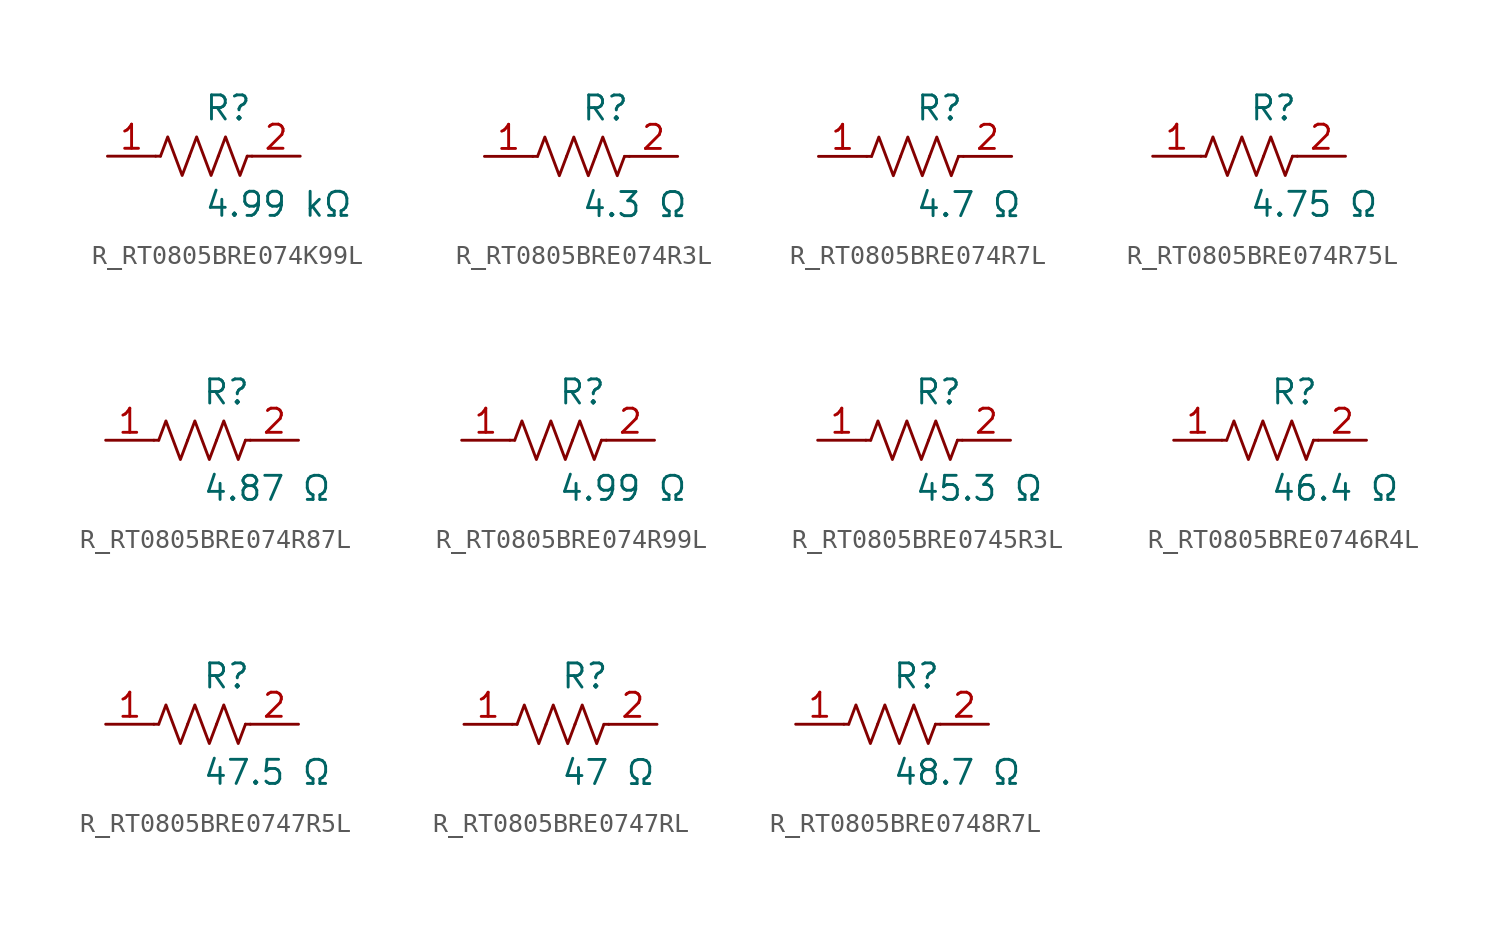
<source format=kicad_sym>
(kicad_symbol_lib
  (version 20231120)
  (generator kicad_symbol_editor)
  (generator_version 8.0)
  (symbol "R_RT0805BRE074K99L"
    (pin_names
      (offset 0.254))
    (property "Reference" "R"
      (at 0.0 2.54 0)
      (effects (font (size 1.27 1.27)) (justify left)))
    (property "Value" "4.99 kΩ"
      (at 0.0 -2.54 0)
      (effects (font (size 1.27 1.27)) (justify left)))
    (symbol "R_RT0805BRE074K99L_0_1"
      (polyline (pts (xy 2.286 0) (xy 2.54 0)) (stroke (width 0) (type default)) (fill (type none)))
      (polyline (pts (xy -2.286 0) (xy -2.54 0)) (stroke (width 0) (type default)) (fill (type none)))
      (polyline (pts (xy 0.762 0) (xy 1.143 1.016) (xy 1.524 0) (xy 1.905 -1.016) (xy 2.286 0)) (stroke (width 0) (type default)) (fill (type none)))
      (polyline (pts (xy -0.762 0) (xy -0.381 1.016) (xy 0 0) (xy 0.381 -1.016) (xy 0.762 0)) (stroke (width 0) (type default)) (fill (type none)))
      (polyline (pts (xy -2.286 0) (xy -1.905 1.016) (xy -1.524 0) (xy -1.143 -1.016) (xy -0.762 0)) (stroke (width 0) (type default)) (fill (type none))))
    (pin unspecified line
      (at -5.08 0 0)
      (length 2.54)
      (name "" (effects (font (size 1.27 1.27))))
      (number "1" (effects (font (size 1.27 1.27)))))
    (pin unspecified line
      (at 5.08 0 180)
      (length 2.54)
      (name "" (effects (font (size 1.27 1.27))))
      (number "2" (effects (font (size 1.27 1.27))))))
  (symbol "R_RT0805BRE074R3L"
    (pin_names
      (offset 0.254))
    (property "Reference" "R"
      (at 0.0 2.54 0)
      (effects (font (size 1.27 1.27)) (justify left)))
    (property "Value" "4.3 Ω"
      (at 0.0 -2.54 0)
      (effects (font (size 1.27 1.27)) (justify left)))
    (symbol "R_RT0805BRE074R3L_0_1"
      (polyline (pts (xy 2.286 0) (xy 2.54 0)) (stroke (width 0) (type default)) (fill (type none)))
      (polyline (pts (xy -2.286 0) (xy -2.54 0)) (stroke (width 0) (type default)) (fill (type none)))
      (polyline (pts (xy 0.762 0) (xy 1.143 1.016) (xy 1.524 0) (xy 1.905 -1.016) (xy 2.286 0)) (stroke (width 0) (type default)) (fill (type none)))
      (polyline (pts (xy -0.762 0) (xy -0.381 1.016) (xy 0 0) (xy 0.381 -1.016) (xy 0.762 0)) (stroke (width 0) (type default)) (fill (type none)))
      (polyline (pts (xy -2.286 0) (xy -1.905 1.016) (xy -1.524 0) (xy -1.143 -1.016) (xy -0.762 0)) (stroke (width 0) (type default)) (fill (type none))))
    (pin unspecified line
      (at -5.08 0 0)
      (length 2.54)
      (name "" (effects (font (size 1.27 1.27))))
      (number "1" (effects (font (size 1.27 1.27)))))
    (pin unspecified line
      (at 5.08 0 180)
      (length 2.54)
      (name "" (effects (font (size 1.27 1.27))))
      (number "2" (effects (font (size 1.27 1.27))))))
  (symbol "R_RT0805BRE074R7L"
    (pin_names
      (offset 0.254))
    (property "Reference" "R"
      (at 0.0 2.54 0)
      (effects (font (size 1.27 1.27)) (justify left)))
    (property "Value" "4.7 Ω"
      (at 0.0 -2.54 0)
      (effects (font (size 1.27 1.27)) (justify left)))
    (symbol "R_RT0805BRE074R7L_0_1"
      (polyline (pts (xy 2.286 0) (xy 2.54 0)) (stroke (width 0) (type default)) (fill (type none)))
      (polyline (pts (xy -2.286 0) (xy -2.54 0)) (stroke (width 0) (type default)) (fill (type none)))
      (polyline (pts (xy 0.762 0) (xy 1.143 1.016) (xy 1.524 0) (xy 1.905 -1.016) (xy 2.286 0)) (stroke (width 0) (type default)) (fill (type none)))
      (polyline (pts (xy -0.762 0) (xy -0.381 1.016) (xy 0 0) (xy 0.381 -1.016) (xy 0.762 0)) (stroke (width 0) (type default)) (fill (type none)))
      (polyline (pts (xy -2.286 0) (xy -1.905 1.016) (xy -1.524 0) (xy -1.143 -1.016) (xy -0.762 0)) (stroke (width 0) (type default)) (fill (type none))))
    (pin unspecified line
      (at -5.08 0 0)
      (length 2.54)
      (name "" (effects (font (size 1.27 1.27))))
      (number "1" (effects (font (size 1.27 1.27)))))
    (pin unspecified line
      (at 5.08 0 180)
      (length 2.54)
      (name "" (effects (font (size 1.27 1.27))))
      (number "2" (effects (font (size 1.27 1.27))))))
  (symbol "R_RT0805BRE074R75L"
    (pin_names
      (offset 0.254))
    (property "Reference" "R"
      (at 0.0 2.54 0)
      (effects (font (size 1.27 1.27)) (justify left)))
    (property "Value" "4.75 Ω"
      (at 0.0 -2.54 0)
      (effects (font (size 1.27 1.27)) (justify left)))
    (symbol "R_RT0805BRE074R75L_0_1"
      (polyline (pts (xy 2.286 0) (xy 2.54 0)) (stroke (width 0) (type default)) (fill (type none)))
      (polyline (pts (xy -2.286 0) (xy -2.54 0)) (stroke (width 0) (type default)) (fill (type none)))
      (polyline (pts (xy 0.762 0) (xy 1.143 1.016) (xy 1.524 0) (xy 1.905 -1.016) (xy 2.286 0)) (stroke (width 0) (type default)) (fill (type none)))
      (polyline (pts (xy -0.762 0) (xy -0.381 1.016) (xy 0 0) (xy 0.381 -1.016) (xy 0.762 0)) (stroke (width 0) (type default)) (fill (type none)))
      (polyline (pts (xy -2.286 0) (xy -1.905 1.016) (xy -1.524 0) (xy -1.143 -1.016) (xy -0.762 0)) (stroke (width 0) (type default)) (fill (type none))))
    (pin unspecified line
      (at -5.08 0 0)
      (length 2.54)
      (name "" (effects (font (size 1.27 1.27))))
      (number "1" (effects (font (size 1.27 1.27)))))
    (pin unspecified line
      (at 5.08 0 180)
      (length 2.54)
      (name "" (effects (font (size 1.27 1.27))))
      (number "2" (effects (font (size 1.27 1.27))))))
  (symbol "R_RT0805BRE074R87L"
    (pin_names
      (offset 0.254))
    (property "Reference" "R"
      (at 0.0 2.54 0)
      (effects (font (size 1.27 1.27)) (justify left)))
    (property "Value" "4.87 Ω"
      (at 0.0 -2.54 0)
      (effects (font (size 1.27 1.27)) (justify left)))
    (symbol "R_RT0805BRE074R87L_0_1"
      (polyline (pts (xy 2.286 0) (xy 2.54 0)) (stroke (width 0) (type default)) (fill (type none)))
      (polyline (pts (xy -2.286 0) (xy -2.54 0)) (stroke (width 0) (type default)) (fill (type none)))
      (polyline (pts (xy 0.762 0) (xy 1.143 1.016) (xy 1.524 0) (xy 1.905 -1.016) (xy 2.286 0)) (stroke (width 0) (type default)) (fill (type none)))
      (polyline (pts (xy -0.762 0) (xy -0.381 1.016) (xy 0 0) (xy 0.381 -1.016) (xy 0.762 0)) (stroke (width 0) (type default)) (fill (type none)))
      (polyline (pts (xy -2.286 0) (xy -1.905 1.016) (xy -1.524 0) (xy -1.143 -1.016) (xy -0.762 0)) (stroke (width 0) (type default)) (fill (type none))))
    (pin unspecified line
      (at -5.08 0 0)
      (length 2.54)
      (name "" (effects (font (size 1.27 1.27))))
      (number "1" (effects (font (size 1.27 1.27)))))
    (pin unspecified line
      (at 5.08 0 180)
      (length 2.54)
      (name "" (effects (font (size 1.27 1.27))))
      (number "2" (effects (font (size 1.27 1.27))))))
  (symbol "R_RT0805BRE074R99L"
    (pin_names
      (offset 0.254))
    (property "Reference" "R"
      (at 0.0 2.54 0)
      (effects (font (size 1.27 1.27)) (justify left)))
    (property "Value" "4.99 Ω"
      (at 0.0 -2.54 0)
      (effects (font (size 1.27 1.27)) (justify left)))
    (symbol "R_RT0805BRE074R99L_0_1"
      (polyline (pts (xy 2.286 0) (xy 2.54 0)) (stroke (width 0) (type default)) (fill (type none)))
      (polyline (pts (xy -2.286 0) (xy -2.54 0)) (stroke (width 0) (type default)) (fill (type none)))
      (polyline (pts (xy 0.762 0) (xy 1.143 1.016) (xy 1.524 0) (xy 1.905 -1.016) (xy 2.286 0)) (stroke (width 0) (type default)) (fill (type none)))
      (polyline (pts (xy -0.762 0) (xy -0.381 1.016) (xy 0 0) (xy 0.381 -1.016) (xy 0.762 0)) (stroke (width 0) (type default)) (fill (type none)))
      (polyline (pts (xy -2.286 0) (xy -1.905 1.016) (xy -1.524 0) (xy -1.143 -1.016) (xy -0.762 0)) (stroke (width 0) (type default)) (fill (type none))))
    (pin unspecified line
      (at -5.08 0 0)
      (length 2.54)
      (name "" (effects (font (size 1.27 1.27))))
      (number "1" (effects (font (size 1.27 1.27)))))
    (pin unspecified line
      (at 5.08 0 180)
      (length 2.54)
      (name "" (effects (font (size 1.27 1.27))))
      (number "2" (effects (font (size 1.27 1.27))))))
  (symbol "R_RT0805BRE0745R3L"
    (pin_names
      (offset 0.254))
    (property "Reference" "R"
      (at 0.0 2.54 0)
      (effects (font (size 1.27 1.27)) (justify left)))
    (property "Value" "45.3 Ω"
      (at 0.0 -2.54 0)
      (effects (font (size 1.27 1.27)) (justify left)))
    (symbol "R_RT0805BRE0745R3L_0_1"
      (polyline (pts (xy 2.286 0) (xy 2.54 0)) (stroke (width 0) (type default)) (fill (type none)))
      (polyline (pts (xy -2.286 0) (xy -2.54 0)) (stroke (width 0) (type default)) (fill (type none)))
      (polyline (pts (xy 0.762 0) (xy 1.143 1.016) (xy 1.524 0) (xy 1.905 -1.016) (xy 2.286 0)) (stroke (width 0) (type default)) (fill (type none)))
      (polyline (pts (xy -0.762 0) (xy -0.381 1.016) (xy 0 0) (xy 0.381 -1.016) (xy 0.762 0)) (stroke (width 0) (type default)) (fill (type none)))
      (polyline (pts (xy -2.286 0) (xy -1.905 1.016) (xy -1.524 0) (xy -1.143 -1.016) (xy -0.762 0)) (stroke (width 0) (type default)) (fill (type none))))
    (pin unspecified line
      (at -5.08 0 0)
      (length 2.54)
      (name "" (effects (font (size 1.27 1.27))))
      (number "1" (effects (font (size 1.27 1.27)))))
    (pin unspecified line
      (at 5.08 0 180)
      (length 2.54)
      (name "" (effects (font (size 1.27 1.27))))
      (number "2" (effects (font (size 1.27 1.27))))))
  (symbol "R_RT0805BRE0746R4L"
    (pin_names
      (offset 0.254))
    (property "Reference" "R"
      (at 0.0 2.54 0)
      (effects (font (size 1.27 1.27)) (justify left)))
    (property "Value" "46.4 Ω"
      (at 0.0 -2.54 0)
      (effects (font (size 1.27 1.27)) (justify left)))
    (symbol "R_RT0805BRE0746R4L_0_1"
      (polyline (pts (xy 2.286 0) (xy 2.54 0)) (stroke (width 0) (type default)) (fill (type none)))
      (polyline (pts (xy -2.286 0) (xy -2.54 0)) (stroke (width 0) (type default)) (fill (type none)))
      (polyline (pts (xy 0.762 0) (xy 1.143 1.016) (xy 1.524 0) (xy 1.905 -1.016) (xy 2.286 0)) (stroke (width 0) (type default)) (fill (type none)))
      (polyline (pts (xy -0.762 0) (xy -0.381 1.016) (xy 0 0) (xy 0.381 -1.016) (xy 0.762 0)) (stroke (width 0) (type default)) (fill (type none)))
      (polyline (pts (xy -2.286 0) (xy -1.905 1.016) (xy -1.524 0) (xy -1.143 -1.016) (xy -0.762 0)) (stroke (width 0) (type default)) (fill (type none))))
    (pin unspecified line
      (at -5.08 0 0)
      (length 2.54)
      (name "" (effects (font (size 1.27 1.27))))
      (number "1" (effects (font (size 1.27 1.27)))))
    (pin unspecified line
      (at 5.08 0 180)
      (length 2.54)
      (name "" (effects (font (size 1.27 1.27))))
      (number "2" (effects (font (size 1.27 1.27))))))
  (symbol "R_RT0805BRE0747R5L"
    (pin_names
      (offset 0.254))
    (property "Reference" "R"
      (at 0.0 2.54 0)
      (effects (font (size 1.27 1.27)) (justify left)))
    (property "Value" "47.5 Ω"
      (at 0.0 -2.54 0)
      (effects (font (size 1.27 1.27)) (justify left)))
    (symbol "R_RT0805BRE0747R5L_0_1"
      (polyline (pts (xy 2.286 0) (xy 2.54 0)) (stroke (width 0) (type default)) (fill (type none)))
      (polyline (pts (xy -2.286 0) (xy -2.54 0)) (stroke (width 0) (type default)) (fill (type none)))
      (polyline (pts (xy 0.762 0) (xy 1.143 1.016) (xy 1.524 0) (xy 1.905 -1.016) (xy 2.286 0)) (stroke (width 0) (type default)) (fill (type none)))
      (polyline (pts (xy -0.762 0) (xy -0.381 1.016) (xy 0 0) (xy 0.381 -1.016) (xy 0.762 0)) (stroke (width 0) (type default)) (fill (type none)))
      (polyline (pts (xy -2.286 0) (xy -1.905 1.016) (xy -1.524 0) (xy -1.143 -1.016) (xy -0.762 0)) (stroke (width 0) (type default)) (fill (type none))))
    (pin unspecified line
      (at -5.08 0 0)
      (length 2.54)
      (name "" (effects (font (size 1.27 1.27))))
      (number "1" (effects (font (size 1.27 1.27)))))
    (pin unspecified line
      (at 5.08 0 180)
      (length 2.54)
      (name "" (effects (font (size 1.27 1.27))))
      (number "2" (effects (font (size 1.27 1.27))))))
  (symbol "R_RT0805BRE0747RL"
    (pin_names
      (offset 0.254))
    (property "Reference" "R"
      (at 0.0 2.54 0)
      (effects (font (size 1.27 1.27)) (justify left)))
    (property "Value" "47 Ω"
      (at 0.0 -2.54 0)
      (effects (font (size 1.27 1.27)) (justify left)))
    (symbol "R_RT0805BRE0747RL_0_1"
      (polyline (pts (xy 2.286 0) (xy 2.54 0)) (stroke (width 0) (type default)) (fill (type none)))
      (polyline (pts (xy -2.286 0) (xy -2.54 0)) (stroke (width 0) (type default)) (fill (type none)))
      (polyline (pts (xy 0.762 0) (xy 1.143 1.016) (xy 1.524 0) (xy 1.905 -1.016) (xy 2.286 0)) (stroke (width 0) (type default)) (fill (type none)))
      (polyline (pts (xy -0.762 0) (xy -0.381 1.016) (xy 0 0) (xy 0.381 -1.016) (xy 0.762 0)) (stroke (width 0) (type default)) (fill (type none)))
      (polyline (pts (xy -2.286 0) (xy -1.905 1.016) (xy -1.524 0) (xy -1.143 -1.016) (xy -0.762 0)) (stroke (width 0) (type default)) (fill (type none))))
    (pin unspecified line
      (at -5.08 0 0)
      (length 2.54)
      (name "" (effects (font (size 1.27 1.27))))
      (number "1" (effects (font (size 1.27 1.27)))))
    (pin unspecified line
      (at 5.08 0 180)
      (length 2.54)
      (name "" (effects (font (size 1.27 1.27))))
      (number "2" (effects (font (size 1.27 1.27))))))
  (symbol "R_RT0805BRE0748R7L"
    (pin_names
      (offset 0.254))
    (property "Reference" "R"
      (at 0.0 2.54 0)
      (effects (font (size 1.27 1.27)) (justify left)))
    (property "Value" "48.7 Ω"
      (at 0.0 -2.54 0)
      (effects (font (size 1.27 1.27)) (justify left)))
    (symbol "R_RT0805BRE0748R7L_0_1"
      (polyline (pts (xy 2.286 0) (xy 2.54 0)) (stroke (width 0) (type default)) (fill (type none)))
      (polyline (pts (xy -2.286 0) (xy -2.54 0)) (stroke (width 0) (type default)) (fill (type none)))
      (polyline (pts (xy 0.762 0) (xy 1.143 1.016) (xy 1.524 0) (xy 1.905 -1.016) (xy 2.286 0)) (stroke (width 0) (type default)) (fill (type none)))
      (polyline (pts (xy -0.762 0) (xy -0.381 1.016) (xy 0 0) (xy 0.381 -1.016) (xy 0.762 0)) (stroke (width 0) (type default)) (fill (type none)))
      (polyline (pts (xy -2.286 0) (xy -1.905 1.016) (xy -1.524 0) (xy -1.143 -1.016) (xy -0.762 0)) (stroke (width 0) (type default)) (fill (type none))))
    (pin unspecified line
      (at -5.08 0 0)
      (length 2.54)
      (name "" (effects (font (size 1.27 1.27))))
      (number "1" (effects (font (size 1.27 1.27)))))
    (pin unspecified line
      (at 5.08 0 180)
      (length 2.54)
      (name "" (effects (font (size 1.27 1.27))))
      (number "2" (effects (font (size 1.27 1.27)))))))
</source>
